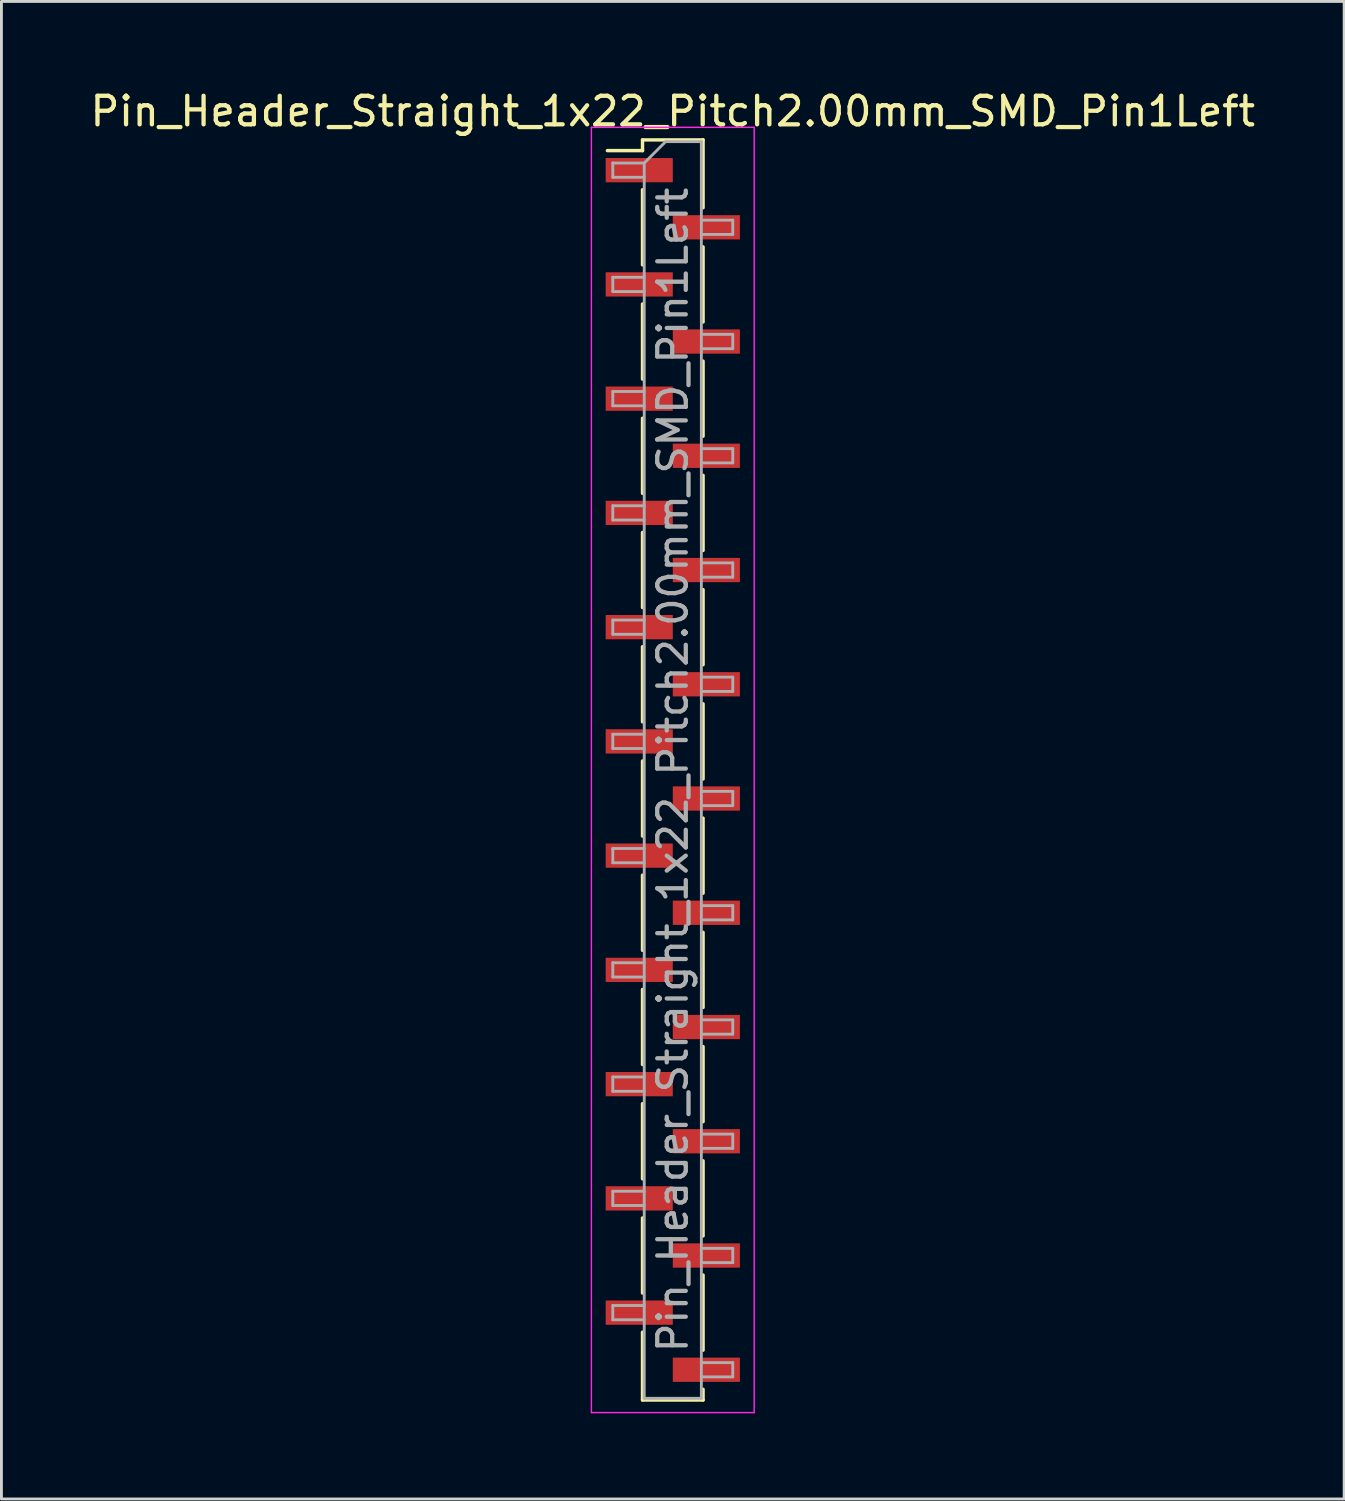
<source format=kicad_pcb>
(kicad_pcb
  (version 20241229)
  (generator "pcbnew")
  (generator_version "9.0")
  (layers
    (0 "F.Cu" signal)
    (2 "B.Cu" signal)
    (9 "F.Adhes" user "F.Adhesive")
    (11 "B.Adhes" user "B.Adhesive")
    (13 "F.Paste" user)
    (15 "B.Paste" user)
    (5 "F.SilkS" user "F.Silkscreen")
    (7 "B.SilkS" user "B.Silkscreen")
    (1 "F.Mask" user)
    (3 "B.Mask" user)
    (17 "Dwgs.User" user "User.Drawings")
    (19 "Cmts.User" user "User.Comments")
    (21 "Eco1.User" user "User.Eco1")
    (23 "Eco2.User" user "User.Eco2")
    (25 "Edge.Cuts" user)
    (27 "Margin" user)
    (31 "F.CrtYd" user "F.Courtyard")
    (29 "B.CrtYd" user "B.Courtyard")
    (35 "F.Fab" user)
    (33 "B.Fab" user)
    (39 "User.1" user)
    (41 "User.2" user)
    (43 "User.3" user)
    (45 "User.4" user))
  (footprint "Pin_Header_Straight_1x22_Pitch2.00mm_SMD_Pin1Left"
    (layer "F.Cu")
    (at 20.506 23.908)
    (property "Reference" "Pin_Header_Straight_1x22_Pitch2.00mm_SMD_Pin1Left" (at 0 -23.06 0) (layer "F.SilkS") (effects (font (size 1 1) (thickness 0.15))))
    (attr smd)
    (fp_line (start -1.06 -22.06) (end -1.06 -21.685) (stroke (width 0.12) (type solid)) (layer "F.SilkS"))
    (fp_line (start -1.06 -22.06) (end 1.06 -22.06) (stroke (width 0.12) (type solid)) (layer "F.SilkS"))
    (fp_line (start -1.06 -21.685) (end -2.29 -21.685) (stroke (width 0.12) (type solid)) (layer "F.SilkS"))
    (fp_line (start -1.06 -20.315) (end -1.06 -17.685) (stroke (width 0.12) (type solid)) (layer "F.SilkS"))
    (fp_line (start -1.06 -16.315) (end -1.06 -13.685) (stroke (width 0.12) (type solid)) (layer "F.SilkS"))
    (fp_line (start -1.06 -12.315) (end -1.06 -9.685) (stroke (width 0.12) (type solid)) (layer "F.SilkS"))
    (fp_line (start -1.06 -8.315) (end -1.06 -5.685) (stroke (width 0.12) (type solid)) (layer "F.SilkS"))
    (fp_line (start -1.06 -4.315) (end -1.06 -1.685) (stroke (width 0.12) (type solid)) (layer "F.SilkS"))
    (fp_line (start -1.06 -0.315) (end -1.06 2.315) (stroke (width 0.12) (type solid)) (layer "F.SilkS"))
    (fp_line (start -1.06 3.685) (end -1.06 6.315) (stroke (width 0.12) (type solid)) (layer "F.SilkS"))
    (fp_line (start -1.06 7.685) (end -1.06 10.315) (stroke (width 0.12) (type solid)) (layer "F.SilkS"))
    (fp_line (start -1.06 11.685) (end -1.06 14.315) (stroke (width 0.12) (type solid)) (layer "F.SilkS"))
    (fp_line (start -1.06 15.685) (end -1.06 18.315) (stroke (width 0.12) (type solid)) (layer "F.SilkS"))
    (fp_line (start -1.06 19.685) (end -1.06 22.06) (stroke (width 0.12) (type solid)) (layer "F.SilkS"))
    (fp_line (start -1.06 22.06) (end 1.06 22.06) (stroke (width 0.12) (type solid)) (layer "F.SilkS"))
    (fp_line (start 1.06 -22.06) (end 1.06 -19.685) (stroke (width 0.12) (type solid)) (layer "F.SilkS"))
    (fp_line (start 1.06 -18.315) (end 1.06 -15.685) (stroke (width 0.12) (type solid)) (layer "F.SilkS"))
    (fp_line (start 1.06 -14.315) (end 1.06 -11.685) (stroke (width 0.12) (type solid)) (layer "F.SilkS"))
    (fp_line (start 1.06 -10.315) (end 1.06 -7.685) (stroke (width 0.12) (type solid)) (layer "F.SilkS"))
    (fp_line (start 1.06 -6.315) (end 1.06 -3.685) (stroke (width 0.12) (type solid)) (layer "F.SilkS"))
    (fp_line (start 1.06 -2.315) (end 1.06 0.315) (stroke (width 0.12) (type solid)) (layer "F.SilkS"))
    (fp_line (start 1.06 1.685) (end 1.06 4.315) (stroke (width 0.12) (type solid)) (layer "F.SilkS"))
    (fp_line (start 1.06 5.685) (end 1.06 8.315) (stroke (width 0.12) (type solid)) (layer "F.SilkS"))
    (fp_line (start 1.06 9.685) (end 1.06 12.315) (stroke (width 0.12) (type solid)) (layer "F.SilkS"))
    (fp_line (start 1.06 13.685) (end 1.06 16.315) (stroke (width 0.12) (type solid)) (layer "F.SilkS"))
    (fp_line (start 1.06 17.685) (end 1.06 20.315) (stroke (width 0.12) (type solid)) (layer "F.SilkS"))
    (fp_line (start 1.06 21.685) (end 1.06 22.06) (stroke (width 0.12) (type solid)) (layer "F.SilkS"))
    (fp_line (start -2.85 -22.5) (end -2.85 22.5) (stroke (width 0.05) (type solid)) (layer "F.CrtYd"))
    (fp_line (start -2.85 22.5) (end 2.85 22.5) (stroke (width 0.05) (type solid)) (layer "F.CrtYd"))
    (fp_line (start 2.85 -22.5) (end -2.85 -22.5) (stroke (width 0.05) (type solid)) (layer "F.CrtYd"))
    (fp_line (start 2.85 22.5) (end 2.85 -22.5) (stroke (width 0.05) (type solid)) (layer "F.CrtYd"))
    (fp_line (start -2.1 -21.25) (end -2.1 -20.75) (stroke (width 0.1) (type solid)) (layer "F.Fab"))
    (fp_line (start -2.1 -20.75) (end -1 -20.75) (stroke (width 0.1) (type solid)) (layer "F.Fab"))
    (fp_line (start -2.1 -17.25) (end -2.1 -16.75) (stroke (width 0.1) (type solid)) (layer "F.Fab"))
    (fp_line (start -2.1 -16.75) (end -1 -16.75) (stroke (width 0.1) (type solid)) (layer "F.Fab"))
    (fp_line (start -2.1 -13.25) (end -2.1 -12.75) (stroke (width 0.1) (type solid)) (layer "F.Fab"))
    (fp_line (start -2.1 -12.75) (end -1 -12.75) (stroke (width 0.1) (type solid)) (layer "F.Fab"))
    (fp_line (start -2.1 -9.25) (end -2.1 -8.75) (stroke (width 0.1) (type solid)) (layer "F.Fab"))
    (fp_line (start -2.1 -8.75) (end -1 -8.75) (stroke (width 0.1) (type solid)) (layer "F.Fab"))
    (fp_line (start -2.1 -5.25) (end -2.1 -4.75) (stroke (width 0.1) (type solid)) (layer "F.Fab"))
    (fp_line (start -2.1 -4.75) (end -1 -4.75) (stroke (width 0.1) (type solid)) (layer "F.Fab"))
    (fp_line (start -2.1 -1.25) (end -2.1 -0.75) (stroke (width 0.1) (type solid)) (layer "F.Fab"))
    (fp_line (start -2.1 -0.75) (end -1 -0.75) (stroke (width 0.1) (type solid)) (layer "F.Fab"))
    (fp_line (start -2.1 2.75) (end -2.1 3.25) (stroke (width 0.1) (type solid)) (layer "F.Fab"))
    (fp_line (start -2.1 3.25) (end -1 3.25) (stroke (width 0.1) (type solid)) (layer "F.Fab"))
    (fp_line (start -2.1 6.75) (end -2.1 7.25) (stroke (width 0.1) (type solid)) (layer "F.Fab"))
    (fp_line (start -2.1 7.25) (end -1 7.25) (stroke (width 0.1) (type solid)) (layer "F.Fab"))
    (fp_line (start -2.1 10.75) (end -2.1 11.25) (stroke (width 0.1) (type solid)) (layer "F.Fab"))
    (fp_line (start -2.1 11.25) (end -1 11.25) (stroke (width 0.1) (type solid)) (layer "F.Fab"))
    (fp_line (start -2.1 14.75) (end -2.1 15.25) (stroke (width 0.1) (type solid)) (layer "F.Fab"))
    (fp_line (start -2.1 15.25) (end -1 15.25) (stroke (width 0.1) (type solid)) (layer "F.Fab"))
    (fp_line (start -2.1 18.75) (end -2.1 19.25) (stroke (width 0.1) (type solid)) (layer "F.Fab"))
    (fp_line (start -2.1 19.25) (end -1 19.25) (stroke (width 0.1) (type solid)) (layer "F.Fab"))
    (fp_line (start -1 -21.25) (end -2.1 -21.25) (stroke (width 0.1) (type solid)) (layer "F.Fab"))
    (fp_line (start -1 -21.25) (end -0.25 -22) (stroke (width 0.1) (type solid)) (layer "F.Fab"))
    (fp_line (start -1 -17.25) (end -2.1 -17.25) (stroke (width 0.1) (type solid)) (layer "F.Fab"))
    (fp_line (start -1 -13.25) (end -2.1 -13.25) (stroke (width 0.1) (type solid)) (layer "F.Fab"))
    (fp_line (start -1 -9.25) (end -2.1 -9.25) (stroke (width 0.1) (type solid)) (layer "F.Fab"))
    (fp_line (start -1 -5.25) (end -2.1 -5.25) (stroke (width 0.1) (type solid)) (layer "F.Fab"))
    (fp_line (start -1 -1.25) (end -2.1 -1.25) (stroke (width 0.1) (type solid)) (layer "F.Fab"))
    (fp_line (start -1 2.75) (end -2.1 2.75) (stroke (width 0.1) (type solid)) (layer "F.Fab"))
    (fp_line (start -1 6.75) (end -2.1 6.75) (stroke (width 0.1) (type solid)) (layer "F.Fab"))
    (fp_line (start -1 10.75) (end -2.1 10.75) (stroke (width 0.1) (type solid)) (layer "F.Fab"))
    (fp_line (start -1 14.75) (end -2.1 14.75) (stroke (width 0.1) (type solid)) (layer "F.Fab"))
    (fp_line (start -1 18.75) (end -2.1 18.75) (stroke (width 0.1) (type solid)) (layer "F.Fab"))
    (fp_line (start -1 22) (end -1 -21.25) (stroke (width 0.1) (type solid)) (layer "F.Fab"))
    (fp_line (start -0.25 -22) (end 1 -22) (stroke (width 0.1) (type solid)) (layer "F.Fab"))
    (fp_line (start 1 -22) (end 1 22) (stroke (width 0.1) (type solid)) (layer "F.Fab"))
    (fp_line (start 1 -19.25) (end 2.1 -19.25) (stroke (width 0.1) (type solid)) (layer "F.Fab"))
    (fp_line (start 1 -15.25) (end 2.1 -15.25) (stroke (width 0.1) (type solid)) (layer "F.Fab"))
    (fp_line (start 1 -11.25) (end 2.1 -11.25) (stroke (width 0.1) (type solid)) (layer "F.Fab"))
    (fp_line (start 1 -7.25) (end 2.1 -7.25) (stroke (width 0.1) (type solid)) (layer "F.Fab"))
    (fp_line (start 1 -3.25) (end 2.1 -3.25) (stroke (width 0.1) (type solid)) (layer "F.Fab"))
    (fp_line (start 1 0.75) (end 2.1 0.75) (stroke (width 0.1) (type solid)) (layer "F.Fab"))
    (fp_line (start 1 4.75) (end 2.1 4.75) (stroke (width 0.1) (type solid)) (layer "F.Fab"))
    (fp_line (start 1 8.75) (end 2.1 8.75) (stroke (width 0.1) (type solid)) (layer "F.Fab"))
    (fp_line (start 1 12.75) (end 2.1 12.75) (stroke (width 0.1) (type solid)) (layer "F.Fab"))
    (fp_line (start 1 16.75) (end 2.1 16.75) (stroke (width 0.1) (type solid)) (layer "F.Fab"))
    (fp_line (start 1 20.75) (end 2.1 20.75) (stroke (width 0.1) (type solid)) (layer "F.Fab"))
    (fp_line (start 1 22) (end -1 22) (stroke (width 0.1) (type solid)) (layer "F.Fab"))
    (fp_line (start 2.1 -19.25) (end 2.1 -18.75) (stroke (width 0.1) (type solid)) (layer "F.Fab"))
    (fp_line (start 2.1 -18.75) (end 1 -18.75) (stroke (width 0.1) (type solid)) (layer "F.Fab"))
    (fp_line (start 2.1 -15.25) (end 2.1 -14.75) (stroke (width 0.1) (type solid)) (layer "F.Fab"))
    (fp_line (start 2.1 -14.75) (end 1 -14.75) (stroke (width 0.1) (type solid)) (layer "F.Fab"))
    (fp_line (start 2.1 -11.25) (end 2.1 -10.75) (stroke (width 0.1) (type solid)) (layer "F.Fab"))
    (fp_line (start 2.1 -10.75) (end 1 -10.75) (stroke (width 0.1) (type solid)) (layer "F.Fab"))
    (fp_line (start 2.1 -7.25) (end 2.1 -6.75) (stroke (width 0.1) (type solid)) (layer "F.Fab"))
    (fp_line (start 2.1 -6.75) (end 1 -6.75) (stroke (width 0.1) (type solid)) (layer "F.Fab"))
    (fp_line (start 2.1 -3.25) (end 2.1 -2.75) (stroke (width 0.1) (type solid)) (layer "F.Fab"))
    (fp_line (start 2.1 -2.75) (end 1 -2.75) (stroke (width 0.1) (type solid)) (layer "F.Fab"))
    (fp_line (start 2.1 0.75) (end 2.1 1.25) (stroke (width 0.1) (type solid)) (layer "F.Fab"))
    (fp_line (start 2.1 1.25) (end 1 1.25) (stroke (width 0.1) (type solid)) (layer "F.Fab"))
    (fp_line (start 2.1 4.75) (end 2.1 5.25) (stroke (width 0.1) (type solid)) (layer "F.Fab"))
    (fp_line (start 2.1 5.25) (end 1 5.25) (stroke (width 0.1) (type solid)) (layer "F.Fab"))
    (fp_line (start 2.1 8.75) (end 2.1 9.25) (stroke (width 0.1) (type solid)) (layer "F.Fab"))
    (fp_line (start 2.1 9.25) (end 1 9.25) (stroke (width 0.1) (type solid)) (layer "F.Fab"))
    (fp_line (start 2.1 12.75) (end 2.1 13.25) (stroke (width 0.1) (type solid)) (layer "F.Fab"))
    (fp_line (start 2.1 13.25) (end 1 13.25) (stroke (width 0.1) (type solid)) (layer "F.Fab"))
    (fp_line (start 2.1 16.75) (end 2.1 17.25) (stroke (width 0.1) (type solid)) (layer "F.Fab"))
    (fp_line (start 2.1 17.25) (end 1 17.25) (stroke (width 0.1) (type solid)) (layer "F.Fab"))
    (fp_line (start 2.1 20.75) (end 2.1 21.25) (stroke (width 0.1) (type solid)) (layer "F.Fab"))
    (fp_line (start 2.1 21.25) (end 1 21.25) (stroke (width 0.1) (type solid)) (layer "F.Fab"))
    (fp_text user "${REFERENCE}" (at 0 0 90) (layer "F.Fab") (effects (font (size 1 1) (thickness 0.15))))
    (pad "1" smd rect (at -1.175 -21) (size 2.35 0.85) (layers "F.Cu" "F.Mask" "F.Paste"))
    (pad "2" smd rect (at 1.175 -19) (size 2.35 0.85) (layers "F.Cu" "F.Mask" "F.Paste"))
    (pad "3" smd rect (at -1.175 -17) (size 2.35 0.85) (layers "F.Cu" "F.Mask" "F.Paste"))
    (pad "4" smd rect (at 1.175 -15) (size 2.35 0.85) (layers "F.Cu" "F.Mask" "F.Paste"))
    (pad "5" smd rect (at -1.175 -13) (size 2.35 0.85) (layers "F.Cu" "F.Mask" "F.Paste"))
    (pad "6" smd rect (at 1.175 -11) (size 2.35 0.85) (layers "F.Cu" "F.Mask" "F.Paste"))
    (pad "7" smd rect (at -1.175 -9) (size 2.35 0.85) (layers "F.Cu" "F.Mask" "F.Paste"))
    (pad "8" smd rect (at 1.175 -7) (size 2.35 0.85) (layers "F.Cu" "F.Mask" "F.Paste"))
    (pad "9" smd rect (at -1.175 -5) (size 2.35 0.85) (layers "F.Cu" "F.Mask" "F.Paste"))
    (pad "10" smd rect (at 1.175 -3) (size 2.35 0.85) (layers "F.Cu" "F.Mask" "F.Paste"))
    (pad "11" smd rect (at -1.175 -1) (size 2.35 0.85) (layers "F.Cu" "F.Mask" "F.Paste"))
    (pad "12" smd rect (at 1.175 1) (size 2.35 0.85) (layers "F.Cu" "F.Mask" "F.Paste"))
    (pad "13" smd rect (at -1.175 3) (size 2.35 0.85) (layers "F.Cu" "F.Mask" "F.Paste"))
    (pad "14" smd rect (at 1.175 5) (size 2.35 0.85) (layers "F.Cu" "F.Mask" "F.Paste"))
    (pad "15" smd rect (at -1.175 7) (size 2.35 0.85) (layers "F.Cu" "F.Mask" "F.Paste"))
    (pad "16" smd rect (at 1.175 9) (size 2.35 0.85) (layers "F.Cu" "F.Mask" "F.Paste"))
    (pad "17" smd rect (at -1.175 11) (size 2.35 0.85) (layers "F.Cu" "F.Mask" "F.Paste"))
    (pad "18" smd rect (at 1.175 13) (size 2.35 0.85) (layers "F.Cu" "F.Mask" "F.Paste"))
    (pad "19" smd rect (at -1.175 15) (size 2.35 0.85) (layers "F.Cu" "F.Mask" "F.Paste"))
    (pad "20" smd rect (at 1.175 17) (size 2.35 0.85) (layers "F.Cu" "F.Mask" "F.Paste"))
    (pad "21" smd rect (at -1.175 19) (size 2.35 0.85) (layers "F.Cu" "F.Mask" "F.Paste"))
    (pad "22" smd rect (at 1.175 21) (size 2.35 0.85) (layers "F.Cu" "F.Mask" "F.Paste")))
  (gr_rect
    (start -3 -3)
    (end 44.012 49.433)
    (stroke (width 0.1) (type default))
    (fill no)
    (layer "Edge.Cuts")))
</source>
